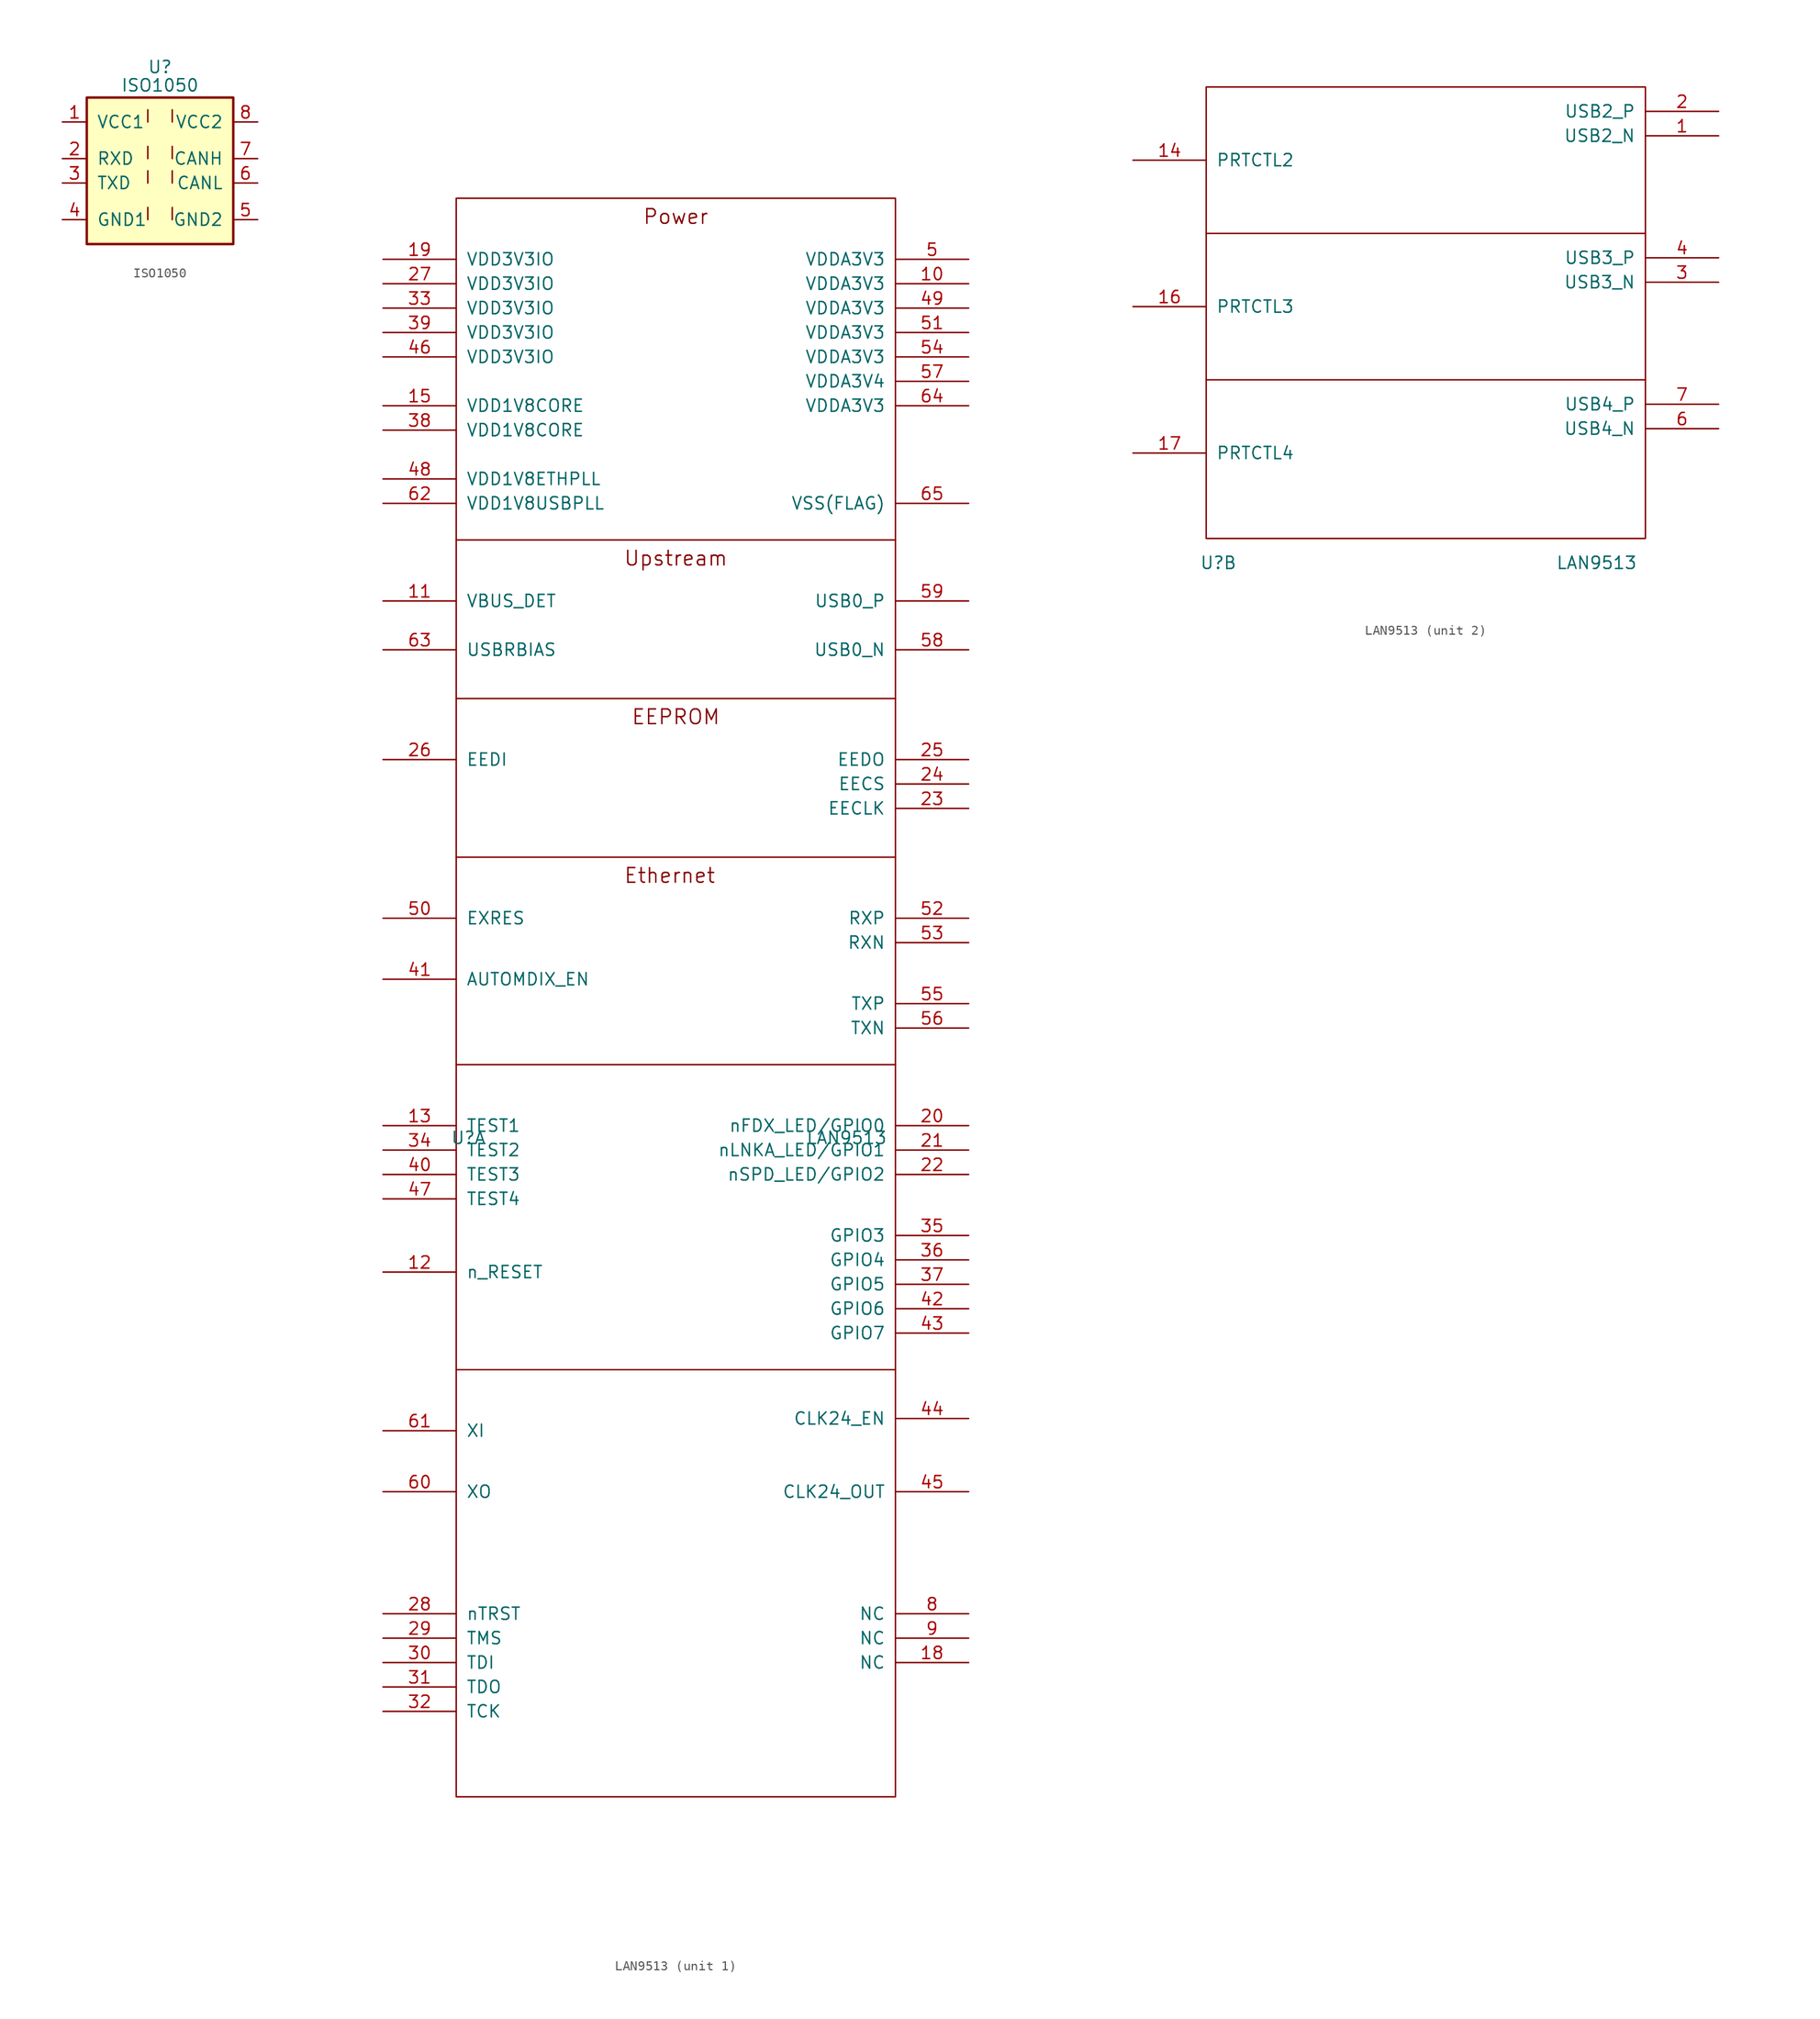
<source format=kicad_sym>
(kicad_symbol_lib
  (version 20211014)
  (generator kicad_symbol_editor)
  (symbol "ISO1050"
    (pin_names
      (offset 1.016))
    (property "Reference" "U"
      (at 0 10.795 0)
      (effects (font (size 1.27 1.27))))
    (property "Value" "ISO1050"
      (at 0 8.89 0)
      (effects (font (size 1.27 1.27))))
    (symbol "ISO1050_0_1"
      (rectangle (start -7.62 7.62) (end 7.62 -7.62) (stroke (width 0.254) (type default) (color 0 0 0 0)) (fill (type background)))
      (polyline (pts (xy -1.27 -3.81) (xy -1.27 -5.08)) (stroke (width 0) (type default) (color 0 0 0 0)) (fill (type none)))
      (polyline (pts (xy -1.27 0) (xy -1.27 -1.27)) (stroke (width 0) (type default) (color 0 0 0 0)) (fill (type none)))
      (polyline (pts (xy -1.27 2.54) (xy -1.27 1.27)) (stroke (width 0) (type default) (color 0 0 0 0)) (fill (type none)))
      (polyline (pts (xy -1.27 6.35) (xy -1.27 5.08)) (stroke (width 0) (type default) (color 0 0 0 0)) (fill (type none)))
      (polyline (pts (xy 1.27 -3.81) (xy 1.27 -5.08)) (stroke (width 0) (type default) (color 0 0 0 0)) (fill (type none)))
      (polyline (pts (xy 1.27 0) (xy 1.27 -1.27)) (stroke (width 0) (type default) (color 0 0 0 0)) (fill (type none)))
      (polyline (pts (xy 1.27 2.54) (xy 1.27 1.27)) (stroke (width 0) (type default) (color 0 0 0 0)) (fill (type none)))
      (polyline (pts (xy 1.27 6.35) (xy 1.27 5.08)) (stroke (width 0) (type default) (color 0 0 0 0)) (fill (type none))))
    (symbol "ISO1050_1_1"
      (pin power_in line (at -10.16 5.08 0) (length 2.54) (name "VCC1" (effects (font (size 1.27 1.27)))) (number "1" (effects (font (size 1.27 1.27)))))
      (pin input line (at -10.16 1.27 0) (length 2.54) (name "RXD" (effects (font (size 1.27 1.27)))) (number "2" (effects (font (size 1.27 1.27)))))
      (pin input line (at -10.16 -1.27 0) (length 2.54) (name "TXD" (effects (font (size 1.27 1.27)))) (number "3" (effects (font (size 1.27 1.27)))))
      (pin power_in line (at -10.16 -5.08 0) (length 2.54) (name "GND1" (effects (font (size 1.27 1.27)))) (number "4" (effects (font (size 1.27 1.27)))))
      (pin power_in line (at 10.16 -5.08 180) (length 2.54) (name "GND2" (effects (font (size 1.27 1.27)))) (number "5" (effects (font (size 1.27 1.27)))))
      (pin output line (at 10.16 -1.27 180) (length 2.54) (name "CANL" (effects (font (size 1.27 1.27)))) (number "6" (effects (font (size 1.27 1.27)))))
      (pin output line (at 10.16 1.27 180) (length 2.54) (name "CANH" (effects (font (size 1.27 1.27)))) (number "7" (effects (font (size 1.27 1.27)))))
      (pin power_in line (at 10.16 5.08 180) (length 2.54) (name "VCC2" (effects (font (size 1.27 1.27)))) (number "8" (effects (font (size 1.27 1.27)))))))
  (symbol "LAN9513"
    (pin_names
      (offset 1.016))
    (property "Reference" "U"
      (at -21.59 -2.54 0)
      (effects (font (size 1.27 1.27))))
    (property "Value" "LAN9513"
      (at 17.78 -2.54 0)
      (effects (font (size 1.27 1.27))))
    (property "ki_locked" ""
      (at 0 0 0)
      (effects (font (size 1.27 1.27))))
    (symbol "LAN9513_1_0"
      (rectangle (start -22.86 -71.12) (end 22.86 95.25) (stroke (width 0) (type default) (color 0 0 0 0)) (fill (type none)))
      (polyline (pts (xy -22.86 -26.67) (xy 22.86 -26.67)) (stroke (width 0) (type default) (color 0 0 0 0)) (fill (type none)))
      (polyline (pts (xy -22.86 5.08) (xy 22.86 5.08)) (stroke (width 0) (type default) (color 0 0 0 0)) (fill (type none)))
      (polyline (pts (xy -22.86 26.67) (xy 22.86 26.67)) (stroke (width 0) (type default) (color 0 0 0 0)) (fill (type none)))
      (text "EEPROM" (at 0 41.275 0) (effects (font (size 1.524 1.524))))
      (text "Ethernet" (at -0.635 24.765 0) (effects (font (size 1.524 1.524))))
      (text "Power" (at 0 93.345 0) (effects (font (size 1.524 1.524))))
      (text "Upstream" (at 0 57.785 0) (effects (font (size 1.524 1.524)))))
    (symbol "LAN9513_1_1"
      (polyline (pts (xy -22.86 43.18) (xy 22.86 43.18)) (stroke (width 0) (type default) (color 0 0 0 0)) (fill (type none)))
      (polyline (pts (xy 22.86 59.69) (xy -22.86 59.69)) (stroke (width 0) (type default) (color 0 0 0 0)) (fill (type none)))
      (pin power_in line (at 30.48 86.36 180) (length 7.62) (name "VDDA3V3" (effects (font (size 1.27 1.27)))) (number "10" (effects (font (size 1.27 1.27)))))
      (pin input line (at -30.48 53.34 0) (length 7.62) (name "VBUS_DET" (effects (font (size 1.27 1.27)))) (number "11" (effects (font (size 1.27 1.27)))))
      (pin input line (at -30.48 -16.51 0) (length 7.62) (name "n_RESET" (effects (font (size 1.27 1.27)))) (number "12" (effects (font (size 1.27 1.27)))))
      (pin input line (at -30.48 -1.27 0) (length 7.62) (name "TEST1" (effects (font (size 1.27 1.27)))) (number "13" (effects (font (size 1.27 1.27)))))
      (pin power_in line (at -30.48 73.66 0) (length 7.62) (name "VDD1V8CORE" (effects (font (size 1.27 1.27)))) (number "15" (effects (font (size 1.27 1.27)))))
      (pin input line (at 30.48 -57.15 180) (length 7.62) (name "NC" (effects (font (size 1.27 1.27)))) (number "18" (effects (font (size 1.27 1.27)))))
      (pin power_in line (at -30.48 88.9 0) (length 7.62) (name "VDD3V3IO" (effects (font (size 1.27 1.27)))) (number "19" (effects (font (size 1.27 1.27)))))
      (pin output line (at 30.48 -1.27 180) (length 7.62) (name "nFDX_LED/GPIO0" (effects (font (size 1.27 1.27)))) (number "20" (effects (font (size 1.27 1.27)))))
      (pin output line (at 30.48 -3.81 180) (length 7.62) (name "nLNKA_LED/GPIO1" (effects (font (size 1.27 1.27)))) (number "21" (effects (font (size 1.27 1.27)))))
      (pin output line (at 30.48 -6.35 180) (length 7.62) (name "nSPD_LED/GPIO2" (effects (font (size 1.27 1.27)))) (number "22" (effects (font (size 1.27 1.27)))))
      (pin output line (at 30.48 31.75 180) (length 7.62) (name "EECLK" (effects (font (size 1.27 1.27)))) (number "23" (effects (font (size 1.27 1.27)))))
      (pin output line (at 30.48 34.29 180) (length 7.62) (name "EECS" (effects (font (size 1.27 1.27)))) (number "24" (effects (font (size 1.27 1.27)))))
      (pin output line (at 30.48 36.83 180) (length 7.62) (name "EEDO" (effects (font (size 1.27 1.27)))) (number "25" (effects (font (size 1.27 1.27)))))
      (pin input line (at -30.48 36.83 0) (length 7.62) (name "EEDI" (effects (font (size 1.27 1.27)))) (number "26" (effects (font (size 1.27 1.27)))))
      (pin power_in line (at -30.48 86.36 0) (length 7.62) (name "VDD3V3IO" (effects (font (size 1.27 1.27)))) (number "27" (effects (font (size 1.27 1.27)))))
      (pin input line (at -30.48 -52.07 0) (length 7.62) (name "nTRST" (effects (font (size 1.27 1.27)))) (number "28" (effects (font (size 1.27 1.27)))))
      (pin input line (at -30.48 -54.61 0) (length 7.62) (name "TMS" (effects (font (size 1.27 1.27)))) (number "29" (effects (font (size 1.27 1.27)))))
      (pin input line (at -30.48 -57.15 0) (length 7.62) (name "TDI" (effects (font (size 1.27 1.27)))) (number "30" (effects (font (size 1.27 1.27)))))
      (pin input line (at -30.48 -59.69 0) (length 7.62) (name "TDO" (effects (font (size 1.27 1.27)))) (number "31" (effects (font (size 1.27 1.27)))))
      (pin input line (at -30.48 -62.23 0) (length 7.62) (name "TCK" (effects (font (size 1.27 1.27)))) (number "32" (effects (font (size 1.27 1.27)))))
      (pin power_in line (at -30.48 83.82 0) (length 7.62) (name "VDD3V3IO" (effects (font (size 1.27 1.27)))) (number "33" (effects (font (size 1.27 1.27)))))
      (pin input line (at -30.48 -3.81 0) (length 7.62) (name "TEST2" (effects (font (size 1.27 1.27)))) (number "34" (effects (font (size 1.27 1.27)))))
      (pin output line (at 30.48 -12.7 180) (length 7.62) (name "GPIO3" (effects (font (size 1.27 1.27)))) (number "35" (effects (font (size 1.27 1.27)))))
      (pin output line (at 30.48 -15.24 180) (length 7.62) (name "GPIO4" (effects (font (size 1.27 1.27)))) (number "36" (effects (font (size 1.27 1.27)))))
      (pin output line (at 30.48 -17.78 180) (length 7.62) (name "GPIO5" (effects (font (size 1.27 1.27)))) (number "37" (effects (font (size 1.27 1.27)))))
      (pin power_in line (at -30.48 71.12 0) (length 7.62) (name "VDD1V8CORE" (effects (font (size 1.27 1.27)))) (number "38" (effects (font (size 1.27 1.27)))))
      (pin power_in line (at -30.48 81.28 0) (length 7.62) (name "VDD3V3IO" (effects (font (size 1.27 1.27)))) (number "39" (effects (font (size 1.27 1.27)))))
      (pin input line (at -30.48 -6.35 0) (length 7.62) (name "TEST3" (effects (font (size 1.27 1.27)))) (number "40" (effects (font (size 1.27 1.27)))))
      (pin input line (at -30.48 13.97 0) (length 7.62) (name "AUTOMDIX_EN" (effects (font (size 1.27 1.27)))) (number "41" (effects (font (size 1.27 1.27)))))
      (pin output line (at 30.48 -20.32 180) (length 7.62) (name "GPIO6" (effects (font (size 1.27 1.27)))) (number "42" (effects (font (size 1.27 1.27)))))
      (pin output line (at 30.48 -22.86 180) (length 7.62) (name "GPIO7" (effects (font (size 1.27 1.27)))) (number "43" (effects (font (size 1.27 1.27)))))
      (pin input line (at 30.48 -31.75 180) (length 7.62) (name "CLK24_EN" (effects (font (size 1.27 1.27)))) (number "44" (effects (font (size 1.27 1.27)))))
      (pin output line (at 30.48 -39.37 180) (length 7.62) (name "CLK24_OUT" (effects (font (size 1.27 1.27)))) (number "45" (effects (font (size 1.27 1.27)))))
      (pin power_in line (at -30.48 78.74 0) (length 7.62) (name "VDD3V3IO" (effects (font (size 1.27 1.27)))) (number "46" (effects (font (size 1.27 1.27)))))
      (pin input line (at -30.48 -8.89 0) (length 7.62) (name "TEST4" (effects (font (size 1.27 1.27)))) (number "47" (effects (font (size 1.27 1.27)))))
      (pin power_in line (at -30.48 66.04 0) (length 7.62) (name "VDD1V8ETHPLL" (effects (font (size 1.27 1.27)))) (number "48" (effects (font (size 1.27 1.27)))))
      (pin power_in line (at 30.48 83.82 180) (length 7.62) (name "VDDA3V3" (effects (font (size 1.27 1.27)))) (number "49" (effects (font (size 1.27 1.27)))))
      (pin power_in line (at 30.48 88.9 180) (length 7.62) (name "VDDA3V3" (effects (font (size 1.27 1.27)))) (number "5" (effects (font (size 1.27 1.27)))))
      (pin input line (at -30.48 20.32 0) (length 7.62) (name "EXRES" (effects (font (size 1.27 1.27)))) (number "50" (effects (font (size 1.27 1.27)))))
      (pin power_in line (at 30.48 81.28 180) (length 7.62) (name "VDDA3V3" (effects (font (size 1.27 1.27)))) (number "51" (effects (font (size 1.27 1.27)))))
      (pin output line (at 30.48 20.32 180) (length 7.62) (name "RXP" (effects (font (size 1.27 1.27)))) (number "52" (effects (font (size 1.27 1.27)))))
      (pin output line (at 30.48 17.78 180) (length 7.62) (name "RXN" (effects (font (size 1.27 1.27)))) (number "53" (effects (font (size 1.27 1.27)))))
      (pin power_in line (at 30.48 78.74 180) (length 7.62) (name "VDDA3V3" (effects (font (size 1.27 1.27)))) (number "54" (effects (font (size 1.27 1.27)))))
      (pin output line (at 30.48 11.43 180) (length 7.62) (name "TXP" (effects (font (size 1.27 1.27)))) (number "55" (effects (font (size 1.27 1.27)))))
      (pin output line (at 30.48 8.89 180) (length 7.62) (name "TXN" (effects (font (size 1.27 1.27)))) (number "56" (effects (font (size 1.27 1.27)))))
      (pin power_in line (at 30.48 76.2 180) (length 7.62) (name "VDDA3V4" (effects (font (size 1.27 1.27)))) (number "57" (effects (font (size 1.27 1.27)))))
      (pin bidirectional line (at 30.48 48.26 180) (length 7.62) (name "USB0_N" (effects (font (size 1.27 1.27)))) (number "58" (effects (font (size 1.27 1.27)))))
      (pin bidirectional line (at 30.48 53.34 180) (length 7.62) (name "USB0_P" (effects (font (size 1.27 1.27)))) (number "59" (effects (font (size 1.27 1.27)))))
      (pin input line (at -30.48 -39.37 0) (length 7.62) (name "XO" (effects (font (size 1.27 1.27)))) (number "60" (effects (font (size 1.27 1.27)))))
      (pin input line (at -30.48 -33.02 0) (length 7.62) (name "XI" (effects (font (size 1.27 1.27)))) (number "61" (effects (font (size 1.27 1.27)))))
      (pin power_in line (at -30.48 63.5 0) (length 7.62) (name "VDD1V8USBPLL" (effects (font (size 1.27 1.27)))) (number "62" (effects (font (size 1.27 1.27)))))
      (pin input line (at -30.48 48.26 0) (length 7.62) (name "USBRBIAS" (effects (font (size 1.27 1.27)))) (number "63" (effects (font (size 1.27 1.27)))))
      (pin power_in line (at 30.48 73.66 180) (length 7.62) (name "VDDA3V3" (effects (font (size 1.27 1.27)))) (number "64" (effects (font (size 1.27 1.27)))))
      (pin input line (at 30.48 63.5 180) (length 7.62) (name "VSS(FLAG)" (effects (font (size 1.27 1.27)))) (number "65" (effects (font (size 1.27 1.27)))))
      (pin input line (at 30.48 -52.07 180) (length 7.62) (name "NC" (effects (font (size 1.27 1.27)))) (number "8" (effects (font (size 1.27 1.27)))))
      (pin input line (at 30.48 -54.61 180) (length 7.62) (name "NC" (effects (font (size 1.27 1.27)))) (number "9" (effects (font (size 1.27 1.27))))))
    (symbol "LAN9513_2_0"
      (rectangle (start -22.86 0) (end 22.86 46.99) (stroke (width 0) (type default) (color 0 0 0 0)) (fill (type none)))
      (polyline (pts (xy 22.86 16.51) (xy -22.86 16.51)) (stroke (width 0) (type default) (color 0 0 0 0)) (fill (type none)))
      (polyline (pts (xy 22.86 31.75) (xy -22.86 31.75)) (stroke (width 0) (type default) (color 0 0 0 0)) (fill (type none))))
    (symbol "LAN9513_2_1"
      (pin bidirectional line (at 30.48 41.91 180) (length 7.62) (name "USB2_N" (effects (font (size 1.27 1.27)))) (number "1" (effects (font (size 1.27 1.27)))))
      (pin input line (at -30.48 39.37 0) (length 7.62) (name "PRTCTL2" (effects (font (size 1.27 1.27)))) (number "14" (effects (font (size 1.27 1.27)))))
      (pin input line (at -30.48 24.13 0) (length 7.62) (name "PRTCTL3" (effects (font (size 1.27 1.27)))) (number "16" (effects (font (size 1.27 1.27)))))
      (pin input line (at -30.48 8.89 0) (length 7.62) (name "PRTCTL4" (effects (font (size 1.27 1.27)))) (number "17" (effects (font (size 1.27 1.27)))))
      (pin bidirectional line (at 30.48 44.45 180) (length 7.62) (name "USB2_P" (effects (font (size 1.27 1.27)))) (number "2" (effects (font (size 1.27 1.27)))))
      (pin bidirectional line (at 30.48 26.67 180) (length 7.62) (name "USB3_N" (effects (font (size 1.27 1.27)))) (number "3" (effects (font (size 1.27 1.27)))))
      (pin bidirectional line (at 30.48 29.21 180) (length 7.62) (name "USB3_P" (effects (font (size 1.27 1.27)))) (number "4" (effects (font (size 1.27 1.27)))))
      (pin bidirectional line (at 30.48 11.43 180) (length 7.62) (name "USB4_N" (effects (font (size 1.27 1.27)))) (number "6" (effects (font (size 1.27 1.27)))))
      (pin bidirectional line (at 30.48 13.97 180) (length 7.62) (name "USB4_P" (effects (font (size 1.27 1.27)))) (number "7" (effects (font (size 1.27 1.27))))))))
</source>
